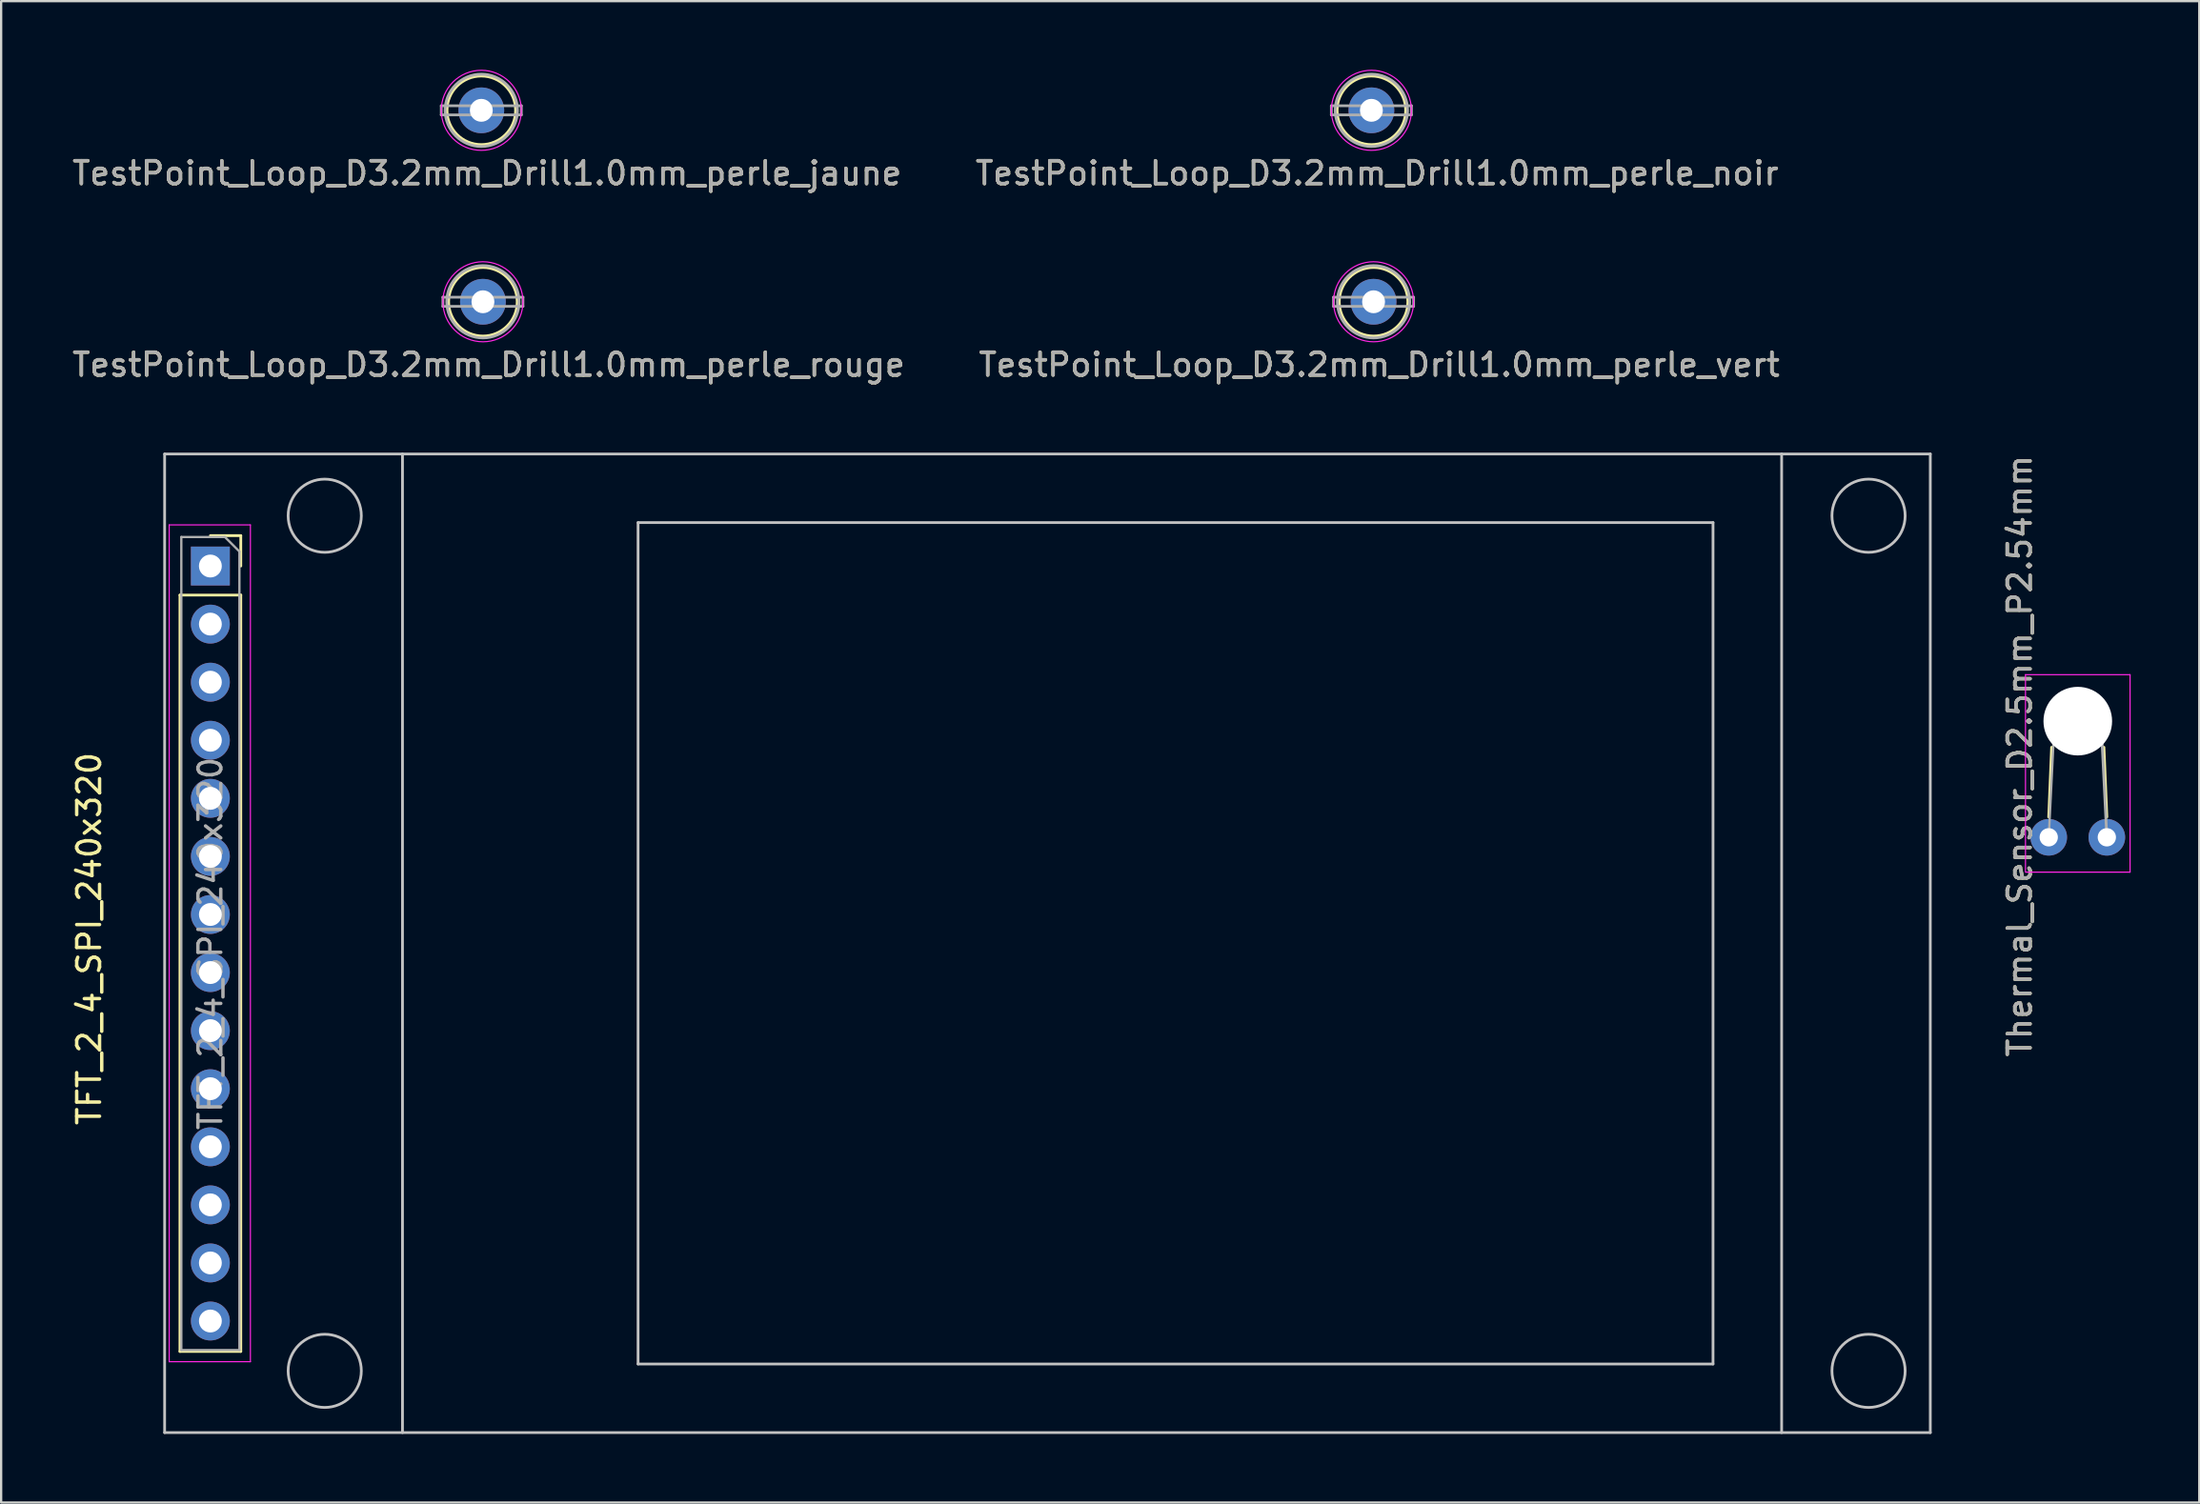
<source format=kicad_pcb>
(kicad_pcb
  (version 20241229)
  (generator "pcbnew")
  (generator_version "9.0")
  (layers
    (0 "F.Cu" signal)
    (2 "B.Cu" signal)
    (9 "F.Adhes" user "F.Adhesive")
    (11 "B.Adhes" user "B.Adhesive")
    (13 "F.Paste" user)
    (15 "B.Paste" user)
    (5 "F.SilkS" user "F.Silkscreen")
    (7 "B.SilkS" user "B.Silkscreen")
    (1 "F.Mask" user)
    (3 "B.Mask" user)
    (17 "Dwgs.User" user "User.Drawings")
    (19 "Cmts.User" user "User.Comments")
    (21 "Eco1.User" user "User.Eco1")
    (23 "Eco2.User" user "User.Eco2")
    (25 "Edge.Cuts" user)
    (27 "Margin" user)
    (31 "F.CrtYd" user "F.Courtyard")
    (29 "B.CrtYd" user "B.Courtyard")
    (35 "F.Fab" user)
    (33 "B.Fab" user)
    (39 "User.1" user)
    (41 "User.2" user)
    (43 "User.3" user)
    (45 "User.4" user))
  (footprint "TestPoint_Loop_D3.2mm_Drill1.0mm_perle_rouge"
    (layer "F.Cu")
    (at 18.065 10.148)
    (property "Reference" "TestPoint_Loop_D3.2mm_Drill1.0mm_perle_rouge" (at 0.25 2.75 0) (layer "F.SilkS") (effects (font (size 1 1) (thickness 0.15))))
    (attr through_hole)
    (fp_circle (center 0 0) (end 1.5 0) (stroke (width 0.12) (type solid)) (fill no) (layer "F.SilkS"))
    (fp_circle (center 0 0) (end 1.75 0) (stroke (width 0.05) (type solid)) (fill no) (layer "F.CrtYd"))
    (fp_line (start -1.75 -0.2) (end -1.75 0.2) (stroke (width 0.12) (type solid)) (layer "F.Fab"))
    (fp_line (start -1.75 0.2) (end 1.75 0.2) (stroke (width 0.12) (type solid)) (layer "F.Fab"))
    (fp_line (start 1.75 -0.2) (end -1.75 -0.2) (stroke (width 0.12) (type solid)) (layer "F.Fab"))
    (fp_line (start 1.75 0.2) (end 1.75 -0.2) (stroke (width 0.12) (type solid)) (layer "F.Fab"))
    (fp_circle (center 0 0) (end 1.5 -0.5) (stroke (width 0.12) (type solid)) (fill no) (layer "F.Fab"))
    (fp_text user "${REFERENCE}" (at 0.25 2.75 0) (layer "F.Fab") (effects (font (size 1 1) (thickness 0.15))))
    (pad "1" thru_hole circle (at 0 0) (size 2 2) (drill 1) (layers "*.Cu" "*.Mask")))
  (footprint "TestPoint_Loop_D3.2mm_Drill1.0mm_perle_vert"
    (layer "F.Cu")
    (at 57.006 10.148)
    (property "Reference" "TestPoint_Loop_D3.2mm_Drill1.0mm_perle_vert" (at 0.25 2.75 0) (layer "F.SilkS") (effects (font (size 1 1) (thickness 0.15))))
    (attr through_hole)
    (fp_circle (center 0 0) (end 1.5 0) (stroke (width 0.12) (type solid)) (fill no) (layer "F.SilkS"))
    (fp_circle (center 0 0) (end 1.75 0) (stroke (width 0.05) (type solid)) (fill no) (layer "F.CrtYd"))
    (fp_line (start -1.75 -0.2) (end -1.75 0.2) (stroke (width 0.12) (type solid)) (layer "F.Fab"))
    (fp_line (start -1.75 0.2) (end 1.75 0.2) (stroke (width 0.12) (type solid)) (layer "F.Fab"))
    (fp_line (start 1.75 -0.2) (end -1.75 -0.2) (stroke (width 0.12) (type solid)) (layer "F.Fab"))
    (fp_line (start 1.75 0.2) (end 1.75 -0.2) (stroke (width 0.12) (type solid)) (layer "F.Fab"))
    (fp_circle (center 0 0) (end 1.5 -0.5) (stroke (width 0.12) (type solid)) (fill no) (layer "F.Fab"))
    (fp_text user "${REFERENCE}" (at 0.25 2.75 0) (layer "F.Fab") (effects (font (size 1 1) (thickness 0.15))))
    (pad "1" thru_hole circle (at 0 0) (size 2 2) (drill 1) (layers "*.Cu" "*.Mask")))
  (footprint "TestPoint_Loop_D3.2mm_Drill1.0mm_perle_jaune"
    (layer "F.Cu")
    (at 17.994 1.775)
    (property "Reference" "TestPoint_Loop_D3.2mm_Drill1.0mm_perle_jaune" (at 0.25 2.75 0) (layer "F.SilkS") (effects (font (size 1 1) (thickness 0.15))))
    (attr through_hole)
    (fp_circle (center 0 0) (end 1.5 0) (stroke (width 0.12) (type solid)) (fill no) (layer "F.SilkS"))
    (fp_circle (center 0 0) (end 1.75 0) (stroke (width 0.05) (type solid)) (fill no) (layer "F.CrtYd"))
    (fp_line (start -1.75 -0.2) (end -1.75 0.2) (stroke (width 0.12) (type solid)) (layer "F.Fab"))
    (fp_line (start -1.75 0.2) (end 1.75 0.2) (stroke (width 0.12) (type solid)) (layer "F.Fab"))
    (fp_line (start 1.75 -0.2) (end -1.75 -0.2) (stroke (width 0.12) (type solid)) (layer "F.Fab"))
    (fp_line (start 1.75 0.2) (end 1.75 -0.2) (stroke (width 0.12) (type solid)) (layer "F.Fab"))
    (fp_circle (center 0 0) (end 1.5 -0.5) (stroke (width 0.12) (type solid)) (fill no) (layer "F.Fab"))
    (fp_text user "${REFERENCE}" (at 0.25 2.75 0) (layer "F.Fab") (effects (font (size 1 1) (thickness 0.15))))
    (pad "1" thru_hole circle (at 0 0) (size 2 2) (drill 1) (layers "*.Cu" "*.Mask")))
  (footprint "TestPoint_Loop_D3.2mm_Drill1.0mm_perle_noir"
    (layer "F.Cu")
    (at 56.911 1.775)
    (property "Reference" "TestPoint_Loop_D3.2mm_Drill1.0mm_perle_noir" (at 0.25 2.75 0) (layer "F.SilkS") (effects (font (size 1 1) (thickness 0.15))))
    (attr through_hole)
    (fp_circle (center 0 0) (end 1.5 0) (stroke (width 0.12) (type solid)) (fill no) (layer "F.SilkS"))
    (fp_circle (center 0 0) (end 1.75 0) (stroke (width 0.05) (type solid)) (fill no) (layer "F.CrtYd"))
    (fp_line (start -1.75 -0.2) (end -1.75 0.2) (stroke (width 0.12) (type solid)) (layer "F.Fab"))
    (fp_line (start -1.75 0.2) (end 1.75 0.2) (stroke (width 0.12) (type solid)) (layer "F.Fab"))
    (fp_line (start 1.75 -0.2) (end -1.75 -0.2) (stroke (width 0.12) (type solid)) (layer "F.Fab"))
    (fp_line (start 1.75 0.2) (end 1.75 -0.2) (stroke (width 0.12) (type solid)) (layer "F.Fab"))
    (fp_circle (center 0 0) (end 1.5 -0.5) (stroke (width 0.12) (type solid)) (fill no) (layer "F.Fab"))
    (fp_text user "${REFERENCE}" (at 0.25 2.75 0) (layer "F.Fab") (effects (font (size 1 1) (thickness 0.15))))
    (pad "1" thru_hole circle (at 0 0) (size 2 2) (drill 1) (layers "*.Cu" "*.Mask")))
  (footprint "Thermal_Sensor_D2.5mm_P2.54mm"
    (layer "F.Cu")
    (at 86.526 33.57)
    (property "Reference" "Thermal_Sensor_D2.5mm_P2.54mm" (at -1.27 -3.556 90) (layer "F.SilkS") (effects (font (size 1 1) (thickness 0.15))))
    (attr through_hole)
    (fp_line (start 0.127 -3.937) (end 0 -0.889) (stroke (width 0.12) (type solid)) (layer "F.SilkS"))
    (fp_line (start 2.413 -3.937) (end 2.54 -0.889) (stroke (width 0.12) (type solid)) (layer "F.SilkS"))
    (fp_line (start -1.016 -7.112) (end -1.016 1.5) (stroke (width 0.05) (type solid)) (layer "F.CrtYd"))
    (fp_line (start -1.016 1.524) (end 3.556 1.524) (stroke (width 0.05) (type solid)) (layer "F.CrtYd"))
    (fp_line (start 3.556 -7.112) (end -1.016 -7.112) (stroke (width 0.05) (type solid)) (layer "F.CrtYd"))
    (fp_line (start 3.556 1.524) (end 3.556 -7.112) (stroke (width 0.05) (type solid)) (layer "F.CrtYd"))
    (fp_line (start 0 0) (end 0.254 -5.08) (stroke (width 0.1) (type solid)) (layer "F.Fab"))
    (fp_line (start 2.54 0) (end 2.286 -5.08) (stroke (width 0.12) (type solid)) (layer "F.Fab"))
    (fp_text user "${REFERENCE}" (at -1.27 -3.556 90) (layer "F.Fab") (effects (font (size 1 1) (thickness 0.15))))
    (pad "" np_thru_hole circle (at 1.27 -5.08) (size 3 3) (drill 3) (layers "*.Cu" "*.Mask"))
    (pad "1" thru_hole circle (at 0 0) (size 1.6 1.6) (drill 0.8) (layers "*.Cu" "*.Mask"))
    (pad "2" thru_hole oval (at 2.54 0) (size 1.6 1.6) (drill 0.8) (layers "*.Cu" "*.Mask")))
  (footprint "TFT_2_4_SPI_240x320"
    (layer "F.Cu")
    (at 6.148 21.706)
    (property "Reference" "TFT_2_4_SPI_240x320" (at -5.3 16.3 90) (layer "F.SilkS") (effects (font (size 1 1) (thickness 0.15))))
    (attr through_hole)
    (fp_line (start -1.33 1.27) (end -1.33 34.35) (stroke (width 0.12) (type solid)) (layer "F.SilkS"))
    (fp_line (start -1.33 1.27) (end 1.33 1.27) (stroke (width 0.12) (type solid)) (layer "F.SilkS"))
    (fp_line (start -1.33 34.35) (end 1.33 34.35) (stroke (width 0.12) (type solid)) (layer "F.SilkS"))
    (fp_line (start 0 -1.33) (end 1.33 -1.33) (stroke (width 0.12) (type solid)) (layer "F.SilkS"))
    (fp_line (start 1.33 -1.33) (end 1.33 0) (stroke (width 0.12) (type solid)) (layer "F.SilkS"))
    (fp_line (start 1.33 1.27) (end 1.33 34.35) (stroke (width 0.12) (type solid)) (layer "F.SilkS"))
    (fp_line (start -2 -4.9) (end 75.2 -4.9) (stroke (width 0.12) (type solid)) (layer "Dwgs.User"))
    (fp_line (start -2 37.9) (end -2 -4.9) (stroke (width 0.12) (type solid)) (layer "Dwgs.User"))
    (fp_line (start -2 37.9) (end 75.2 37.9) (stroke (width 0.12) (type solid)) (layer "Dwgs.User"))
    (fp_line (start 8.4 -4.9) (end 8.4 37.9) (stroke (width 0.12) (type solid)) (layer "Dwgs.User"))
    (fp_line (start 18.7 34.9) (end 18.7 -1.9) (stroke (width 0.12) (type solid)) (layer "Dwgs.User"))
    (fp_line (start 65.7 -1.9) (end 18.7 -1.9) (stroke (width 0.12) (type solid)) (layer "Dwgs.User"))
    (fp_line (start 65.7 34.9) (end 18.7 34.9) (stroke (width 0.12) (type solid)) (layer "Dwgs.User"))
    (fp_line (start 65.7 34.9) (end 65.7 -1.9) (stroke (width 0.12) (type solid)) (layer "Dwgs.User"))
    (fp_line (start 68.7 -4.9) (end 68.7 37.9) (stroke (width 0.12) (type solid)) (layer "Dwgs.User"))
    (fp_line (start 75.2 37.9) (end 75.2 -4.9) (stroke (width 0.12) (type solid)) (layer "Dwgs.User"))
    (fp_circle (center 5 -2.2) (end 6.6 -2.2) (stroke (width 0.12) (type solid)) (fill no) (layer "Dwgs.User"))
    (fp_circle (center 5 35.2) (end 6.6 35.2) (stroke (width 0.12) (type solid)) (fill no) (layer "Dwgs.User"))
    (fp_circle (center 72.5 -2.2) (end 70.9 -2.2) (stroke (width 0.12) (type solid)) (fill no) (layer "Dwgs.User"))
    (fp_circle (center 72.5 35.2) (end 70.9 35.2) (stroke (width 0.12) (type solid)) (fill no) (layer "Dwgs.User"))
    (fp_line (start -1.8 -1.8) (end 1.75 -1.8) (stroke (width 0.05) (type solid)) (layer "F.CrtYd"))
    (fp_line (start -1.8 34.8) (end -1.8 -1.8) (stroke (width 0.05) (type solid)) (layer "F.CrtYd"))
    (fp_line (start 1.75 -1.8) (end 1.75 34.8) (stroke (width 0.05) (type solid)) (layer "F.CrtYd"))
    (fp_line (start 1.75 34.8) (end -1.8 34.8) (stroke (width 0.05) (type solid)) (layer "F.CrtYd"))
    (fp_line (start -1.27 -1.27) (end 0.635 -1.27) (stroke (width 0.1) (type solid)) (layer "F.Fab"))
    (fp_line (start -1.27 34.29) (end -1.27 -1.27) (stroke (width 0.1) (type solid)) (layer "F.Fab"))
    (fp_line (start 0.635 -1.27) (end 1.27 -0.635) (stroke (width 0.1) (type solid)) (layer "F.Fab"))
    (fp_line (start 1.27 -0.635) (end 1.27 34.29) (stroke (width 0.1) (type solid)) (layer "F.Fab"))
    (fp_line (start 1.27 34.29) (end -1.27 34.29) (stroke (width 0.1) (type solid)) (layer "F.Fab"))
    (fp_text user "${REFERENCE}" (at 0 16.51 90) (layer "F.Fab") (effects (font (size 1 1) (thickness 0.15))))
    (pad "1" thru_hole rect (at 0 0) (size 1.7 1.7) (drill 1) (layers "*.Cu" "*.Mask"))
    (pad "2" thru_hole oval (at 0 2.54) (size 1.7 1.7) (drill 1) (layers "*.Cu" "*.Mask"))
    (pad "3" thru_hole oval (at 0 5.08) (size 1.7 1.7) (drill 1) (layers "*.Cu" "*.Mask"))
    (pad "4" thru_hole oval (at 0 7.62) (size 1.7 1.7) (drill 1) (layers "*.Cu" "*.Mask"))
    (pad "5" thru_hole oval (at 0 10.16) (size 1.7 1.7) (drill 1) (layers "*.Cu" "*.Mask"))
    (pad "6" thru_hole oval (at 0 12.7) (size 1.7 1.7) (drill 1) (layers "*.Cu" "*.Mask"))
    (pad "7" thru_hole oval (at 0 15.24) (size 1.7 1.7) (drill 1) (layers "*.Cu" "*.Mask"))
    (pad "8" thru_hole oval (at 0 17.78) (size 1.7 1.7) (drill 1) (layers "*.Cu" "*.Mask"))
    (pad "9" thru_hole oval (at 0 20.32) (size 1.7 1.7) (drill 1) (layers "*.Cu" "*.Mask"))
    (pad "10" thru_hole oval (at 0 22.86) (size 1.7 1.7) (drill 1) (layers "*.Cu" "*.Mask"))
    (pad "11" thru_hole oval (at 0 25.4) (size 1.7 1.7) (drill 1) (layers "*.Cu" "*.Mask"))
    (pad "12" thru_hole oval (at 0 27.94) (size 1.7 1.7) (drill 1) (layers "*.Cu" "*.Mask"))
    (pad "13" thru_hole oval (at 0 30.48) (size 1.7 1.7) (drill 1) (layers "*.Cu" "*.Mask"))
    (pad "14" thru_hole oval (at 0 33.02) (size 1.7 1.7) (drill 1) (layers "*.Cu" "*.Mask")))
  (gr_rect
    (start -3 -3)
    (end 93.108 62.666)
    (stroke (width 0.1) (type default))
    (fill no)
    (layer "Edge.Cuts")))
</source>
